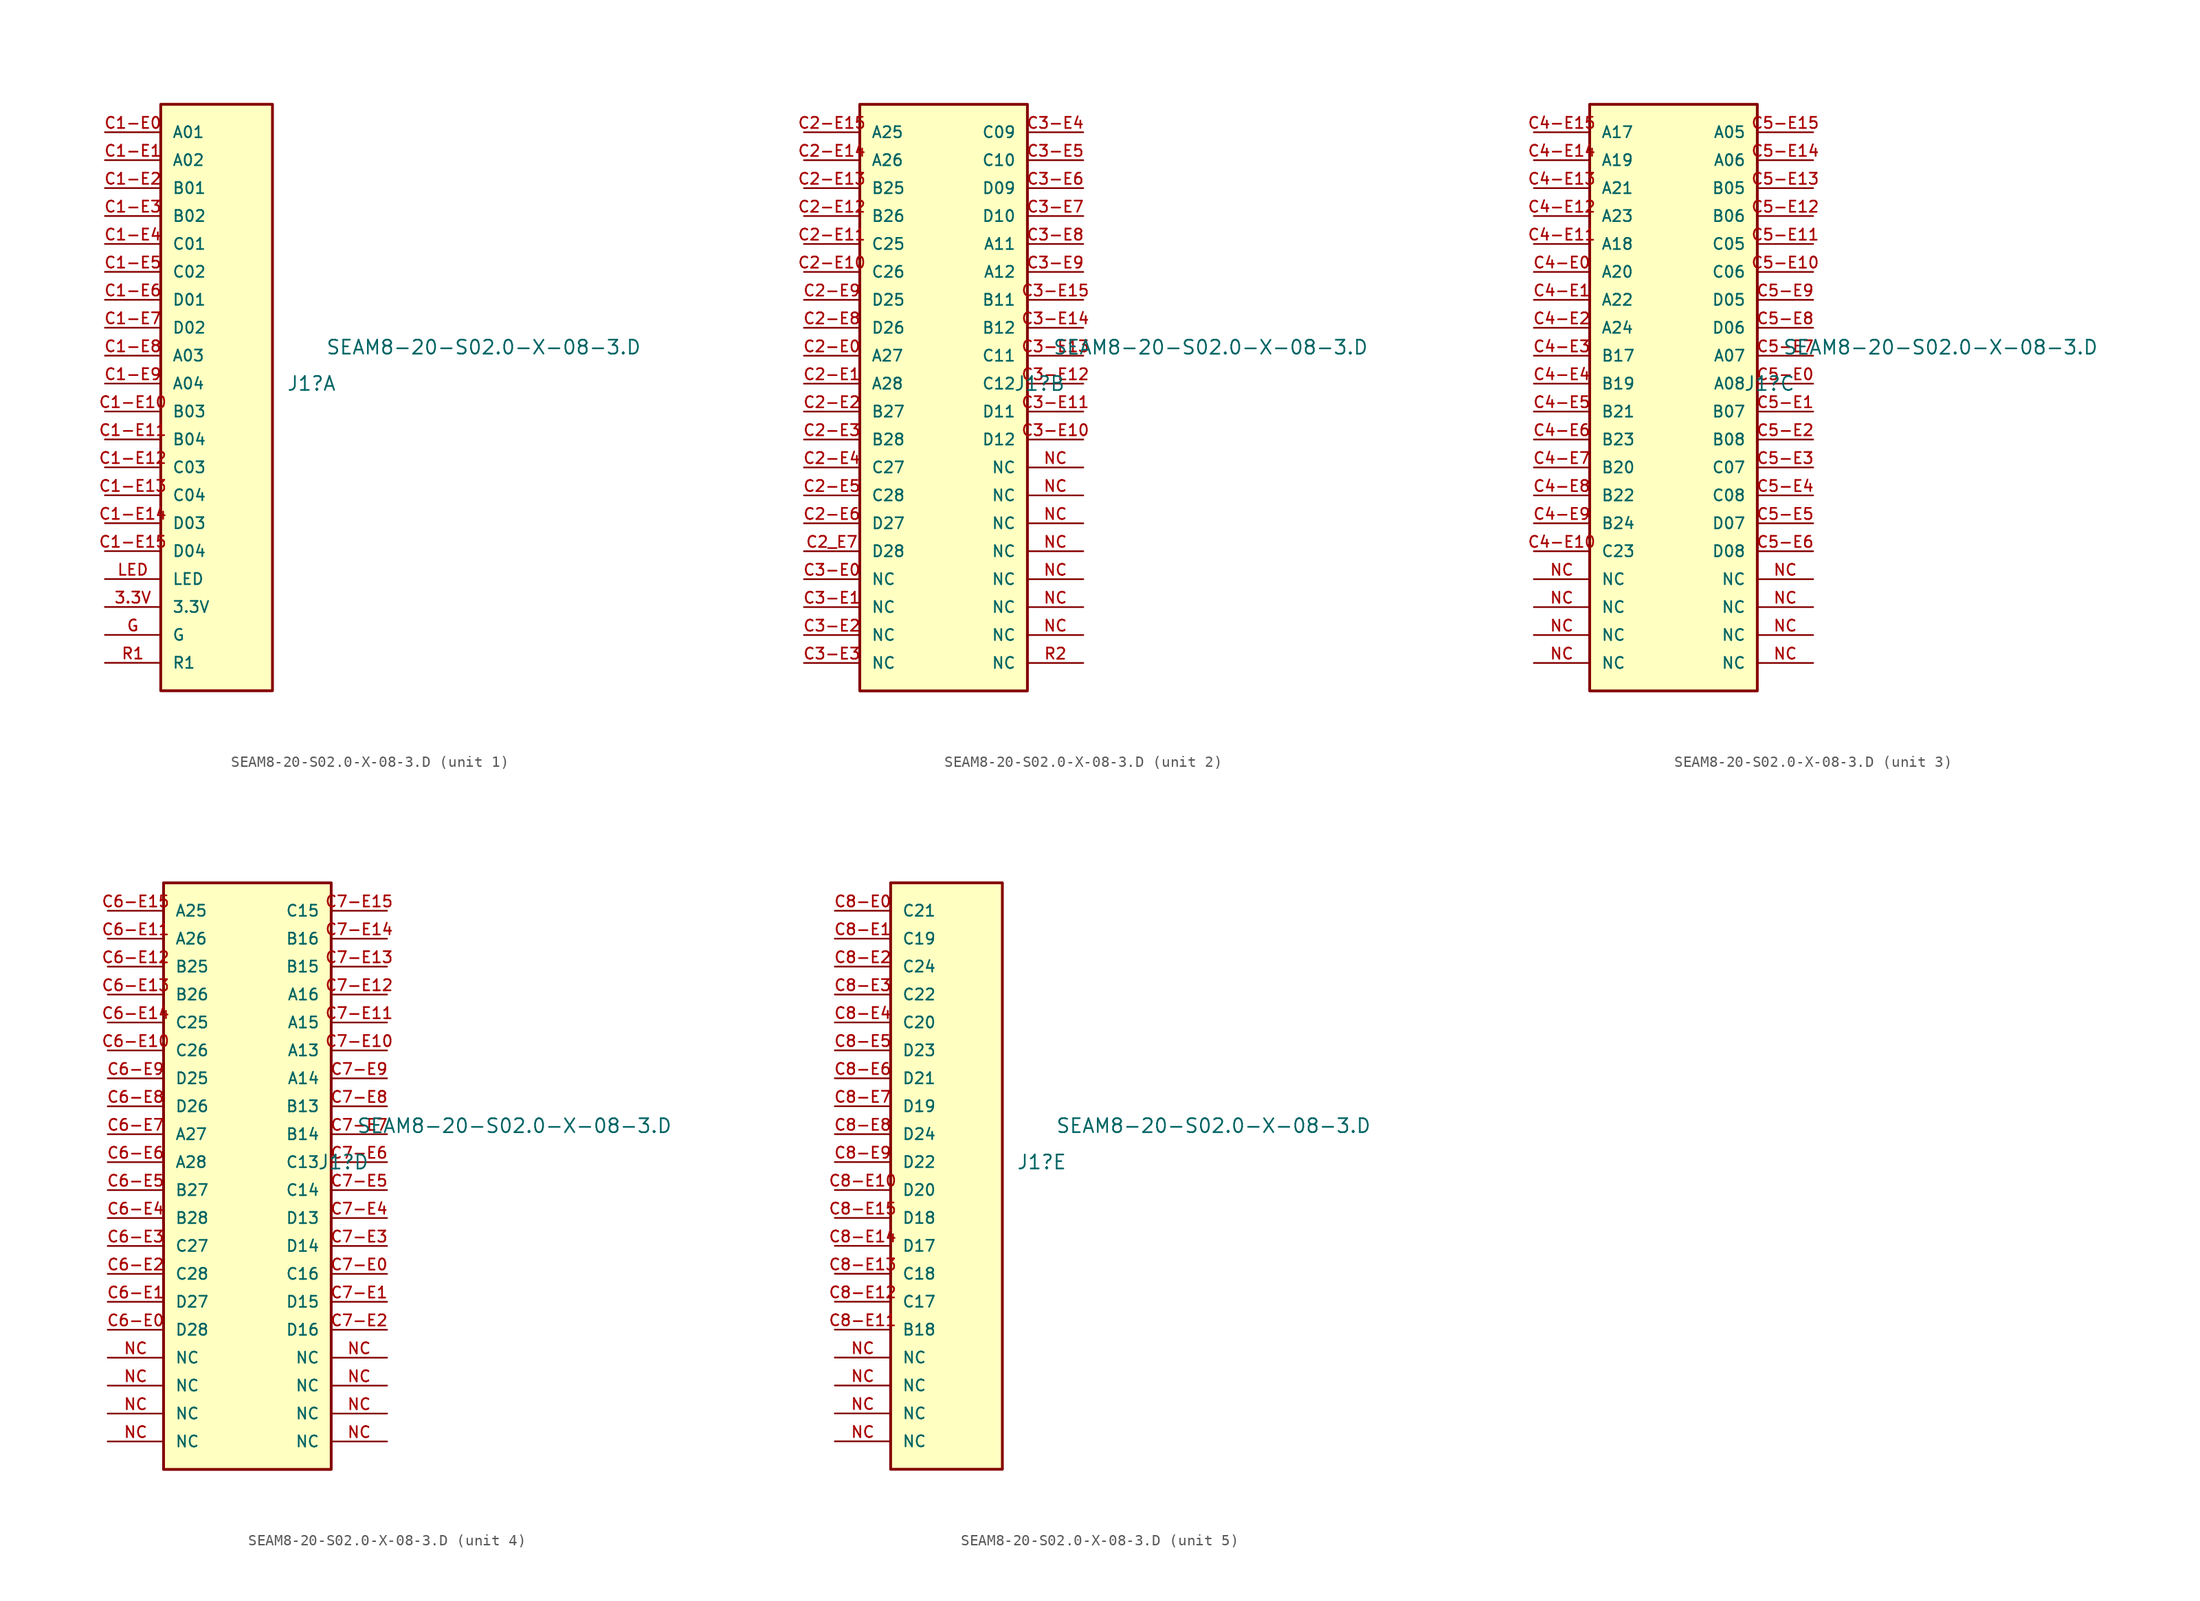
<source format=kicad_sym>
(kicad_symbol_lib
  (version 20241209)
  (generator "kicad_symbol_editor")
  (generator_version "9.0")
  (symbol "SEAM8-20-S02.0-X-08-3.D"
    (pin_names
      (offset 1.016))
    (property "Reference" "J1"
      (at 6.35 2.54 0)
      (effects (font (size 1.27 1.27)) (justify left)))
    (property "Value" "SEAM8-20-S02.0-X-08-3.D"
      (at 9.906 5.842 0)
      (effects (font (size 1.27 1.27)) (justify left)))
    (symbol "SEAM8-20-S02.0-X-08-3.D_1_0"
      (rectangle (start -5.08 27.94) (end 5.08 -25.4) (stroke (width 0.254) (type default)) (fill (type background)))
      (pin passive line (at -10.16 25.4 0) (length 5.08) (name "A01" (effects (font (size 1.016 1.016)))) (number "C1-E0" (effects (font (size 1.016 1.016)))))
      (pin passive line (at -10.16 22.86 0) (length 5.08) (name "A02" (effects (font (size 1.016 1.016)))) (number "C1-E1" (effects (font (size 1.016 1.016)))))
      (pin passive line (at -10.16 20.32 0) (length 5.08) (name "B01" (effects (font (size 1.016 1.016)))) (number "C1-E2" (effects (font (size 1.016 1.016)))))
      (pin passive line (at -10.16 17.78 0) (length 5.08) (name "B02" (effects (font (size 1.016 1.016)))) (number "C1-E3" (effects (font (size 1.016 1.016)))))
      (pin passive line (at -10.16 15.24 0) (length 5.08) (name "C01" (effects (font (size 1.016 1.016)))) (number "C1-E4" (effects (font (size 1.016 1.016)))))
      (pin passive line (at -10.16 12.7 0) (length 5.08) (name "C02" (effects (font (size 1.016 1.016)))) (number "C1-E5" (effects (font (size 1.016 1.016)))))
      (pin passive line (at -10.16 10.16 0) (length 5.08) (name "D01" (effects (font (size 1.016 1.016)))) (number "C1-E6" (effects (font (size 1.016 1.016)))))
      (pin passive line (at -10.16 7.62 0) (length 5.08) (name "D02" (effects (font (size 1.016 1.016)))) (number "C1-E7" (effects (font (size 1.016 1.016)))))
      (pin passive line (at -10.16 5.08 0) (length 5.08) (name "A03" (effects (font (size 1.016 1.016)))) (number "C1-E8" (effects (font (size 1.016 1.016)))))
      (pin passive line (at -10.16 2.54 0) (length 5.08) (name "A04" (effects (font (size 1.016 1.016)))) (number "C1-E9" (effects (font (size 1.016 1.016)))))
      (pin passive line (at -10.16 0 0) (length 5.08) (name "B03" (effects (font (size 1.016 1.016)))) (number "C1-E10" (effects (font (size 1.016 1.016)))))
      (pin passive line (at -10.16 -2.54 0) (length 5.08) (name "B04" (effects (font (size 1.016 1.016)))) (number "C1-E11" (effects (font (size 1.016 1.016)))))
      (pin passive line (at -10.16 -5.08 0) (length 5.08) (name "C03" (effects (font (size 1.016 1.016)))) (number "C1-E12" (effects (font (size 1.016 1.016)))))
      (pin passive line (at -10.16 -7.62 0) (length 5.08) (name "C04" (effects (font (size 1.016 1.016)))) (number "C1-E13" (effects (font (size 1.016 1.016)))))
      (pin passive line (at -10.16 -10.16 0) (length 5.08) (name "D03" (effects (font (size 1.016 1.016)))) (number "C1-E14" (effects (font (size 1.016 1.016)))))
      (pin passive line (at -10.16 -12.7 0) (length 5.08) (name "D04" (effects (font (size 1.016 1.016)))) (number "C1-E15" (effects (font (size 1.016 1.016)))))
      (pin passive line (at -10.16 -15.24 0) (length 5.08) (name "LED" (effects (font (size 1.016 1.016)))) (number "LED" (effects (font (size 1.016 1.016)))))
      (pin passive line (at -10.16 -17.78 0) (length 5.08) (name "3.3V" (effects (font (size 1.016 1.016)))) (number "3.3V" (effects (font (size 1.016 1.016)))))
      (pin passive line (at -10.16 -20.32 0) (length 5.08) (name "G" (effects (font (size 1.016 1.016)))) (number "G" (effects (font (size 1.016 1.016)))))
      (pin passive line (at -10.16 -22.86 0) (length 5.08) (name "R1" (effects (font (size 1.016 1.016)))) (number "R1" (effects (font (size 1.016 1.016))))))
    (symbol "SEAM8-20-S02.0-X-08-3.D_2_0"
      (rectangle (start -7.62 27.94) (end 7.62 -25.4) (stroke (width 0.254) (type default)) (fill (type background)))
      (pin passive line (at -12.7 25.4 0) (length 5.08) (name "A25" (effects (font (size 1.016 1.016)))) (number "C2-E15" (effects (font (size 1.016 1.016)))))
      (pin passive line (at -12.7 22.86 0) (length 5.08) (name "A26" (effects (font (size 1.016 1.016)))) (number "C2-E14" (effects (font (size 1.016 1.016)))))
      (pin passive line (at -12.7 20.32 0) (length 5.08) (name "B25" (effects (font (size 1.016 1.016)))) (number "C2-E13" (effects (font (size 1.016 1.016)))))
      (pin passive line (at -12.7 17.78 0) (length 5.08) (name "B26" (effects (font (size 1.016 1.016)))) (number "C2-E12" (effects (font (size 1.016 1.016)))))
      (pin passive line (at -12.7 15.24 0) (length 5.08) (name "C25" (effects (font (size 1.016 1.016)))) (number "C2-E11" (effects (font (size 1.016 1.016)))))
      (pin passive line (at -12.7 12.7 0) (length 5.08) (name "C26" (effects (font (size 1.016 1.016)))) (number "C2-E10" (effects (font (size 1.016 1.016)))))
      (pin passive line (at -12.7 10.16 0) (length 5.08) (name "D25" (effects (font (size 1.016 1.016)))) (number "C2-E9" (effects (font (size 1.016 1.016)))))
      (pin passive line (at -12.7 7.62 0) (length 5.08) (name "D26" (effects (font (size 1.016 1.016)))) (number "C2-E8" (effects (font (size 1.016 1.016)))))
      (pin passive line (at -12.7 5.08 0) (length 5.08) (name "A27" (effects (font (size 1.016 1.016)))) (number "C2-E0" (effects (font (size 1.016 1.016)))))
      (pin passive line (at -12.7 2.54 0) (length 5.08) (name "A28" (effects (font (size 1.016 1.016)))) (number "C2-E1" (effects (font (size 1.016 1.016)))))
      (pin passive line (at -12.7 0 0) (length 5.08) (name "B27" (effects (font (size 1.016 1.016)))) (number "C2-E2" (effects (font (size 1.016 1.016)))))
      (pin passive line (at -12.7 -2.54 0) (length 5.08) (name "B28" (effects (font (size 1.016 1.016)))) (number "C2-E3" (effects (font (size 1.016 1.016)))))
      (pin passive line (at -12.7 -5.08 0) (length 5.08) (name "C27" (effects (font (size 1.016 1.016)))) (number "C2-E4" (effects (font (size 1.016 1.016)))))
      (pin passive line (at -12.7 -7.62 0) (length 5.08) (name "C28" (effects (font (size 1.016 1.016)))) (number "C2-E5" (effects (font (size 1.016 1.016)))))
      (pin passive line (at -12.7 -10.16 0) (length 5.08) (name "D27" (effects (font (size 1.016 1.016)))) (number "C2-E6" (effects (font (size 1.016 1.016)))))
      (pin passive line (at -12.7 -12.7 0) (length 5.08) (name "D28" (effects (font (size 1.016 1.016)))) (number "C2_E7" (effects (font (size 1.016 1.016)))))
      (pin passive line (at -12.7 -15.24 0) (length 5.08) (name "NC" (effects (font (size 1.016 1.016)))) (number "C3-E0" (effects (font (size 1.016 1.016)))))
      (pin passive line (at -12.7 -17.78 0) (length 5.08) (name "NC" (effects (font (size 1.016 1.016)))) (number "C3-E1" (effects (font (size 1.016 1.016)))))
      (pin passive line (at -12.7 -20.32 0) (length 5.08) (name "NC" (effects (font (size 1.016 1.016)))) (number "C3-E2" (effects (font (size 1.016 1.016)))))
      (pin passive line (at -12.7 -22.86 0) (length 5.08) (name "NC" (effects (font (size 1.016 1.016)))) (number "C3-E3" (effects (font (size 1.016 1.016)))))
      (pin passive line (at 12.7 25.4 180) (length 5.08) (name "C09" (effects (font (size 1.016 1.016)))) (number "C3-E4" (effects (font (size 1.016 1.016)))))
      (pin passive line (at 12.7 22.86 180) (length 5.08) (name "C10" (effects (font (size 1.016 1.016)))) (number "C3-E5" (effects (font (size 1.016 1.016)))))
      (pin passive line (at 12.7 20.32 180) (length 5.08) (name "D09" (effects (font (size 1.016 1.016)))) (number "C3-E6" (effects (font (size 1.016 1.016)))))
      (pin passive line (at 12.7 17.78 180) (length 5.08) (name "D10" (effects (font (size 1.016 1.016)))) (number "C3-E7" (effects (font (size 1.016 1.016)))))
      (pin passive line (at 12.7 15.24 180) (length 5.08) (name "A11" (effects (font (size 1.016 1.016)))) (number "C3-E8" (effects (font (size 1.016 1.016)))))
      (pin passive line (at 12.7 12.7 180) (length 5.08) (name "A12" (effects (font (size 1.016 1.016)))) (number "C3-E9" (effects (font (size 1.016 1.016)))))
      (pin passive line (at 12.7 10.16 180) (length 5.08) (name "B11" (effects (font (size 1.016 1.016)))) (number "C3-E15" (effects (font (size 1.016 1.016)))))
      (pin passive line (at 12.7 7.62 180) (length 5.08) (name "B12" (effects (font (size 1.016 1.016)))) (number "C3-E14" (effects (font (size 1.016 1.016)))))
      (pin passive line (at 12.7 5.08 180) (length 5.08) (name "C11" (effects (font (size 1.016 1.016)))) (number "C3-E13" (effects (font (size 1.016 1.016)))))
      (pin passive line (at 12.7 2.54 180) (length 5.08) (name "C12" (effects (font (size 1.016 1.016)))) (number "C3-E12" (effects (font (size 1.016 1.016)))))
      (pin passive line (at 12.7 0 180) (length 5.08) (name "D11" (effects (font (size 1.016 1.016)))) (number "C3-E11" (effects (font (size 1.016 1.016)))))
      (pin passive line (at 12.7 -2.54 180) (length 5.08) (name "D12" (effects (font (size 1.016 1.016)))) (number "C3-E10" (effects (font (size 1.016 1.016)))))
      (pin passive line (at 12.7 -5.08 180) (length 5.08) (name "NC" (effects (font (size 1.016 1.016)))) (number "NC" (effects (font (size 1.016 1.016)))))
      (pin passive line (at 12.7 -7.62 180) (length 5.08) (name "NC" (effects (font (size 1.016 1.016)))) (number "NC" (effects (font (size 1.016 1.016)))))
      (pin passive line (at 12.7 -10.16 180) (length 5.08) (name "NC" (effects (font (size 1.016 1.016)))) (number "NC" (effects (font (size 1.016 1.016)))))
      (pin passive line (at 12.7 -12.7 180) (length 5.08) (name "NC" (effects (font (size 1.016 1.016)))) (number "NC" (effects (font (size 1.016 1.016)))))
      (pin passive line (at 12.7 -15.24 180) (length 5.08) (name "NC" (effects (font (size 1.016 1.016)))) (number "NC" (effects (font (size 1.016 1.016)))))
      (pin passive line (at 12.7 -17.78 180) (length 5.08) (name "NC" (effects (font (size 1.016 1.016)))) (number "NC" (effects (font (size 1.016 1.016)))))
      (pin passive line (at 12.7 -20.32 180) (length 5.08) (name "NC" (effects (font (size 1.016 1.016)))) (number "NC" (effects (font (size 1.016 1.016)))))
      (pin passive line (at 12.7 -22.86 180) (length 5.08) (name "NC" (effects (font (size 1.016 1.016)))) (number "R2" (effects (font (size 1.016 1.016))))))
    (symbol "SEAM8-20-S02.0-X-08-3.D_3_0"
      (rectangle (start -7.62 27.94) (end 7.62 -25.4) (stroke (width 0.254) (type default)) (fill (type background)))
      (pin passive line (at -12.7 25.4 0) (length 5.08) (name "A17" (effects (font (size 1.016 1.016)))) (number "C4-E15" (effects (font (size 1.016 1.016)))))
      (pin passive line (at -12.7 22.86 0) (length 5.08) (name "A19" (effects (font (size 1.016 1.016)))) (number "C4-E14" (effects (font (size 1.016 1.016)))))
      (pin passive line (at -12.7 20.32 0) (length 5.08) (name "A21" (effects (font (size 1.016 1.016)))) (number "C4-E13" (effects (font (size 1.016 1.016)))))
      (pin passive line (at -12.7 17.78 0) (length 5.08) (name "A23" (effects (font (size 1.016 1.016)))) (number "C4-E12" (effects (font (size 1.016 1.016)))))
      (pin passive line (at -12.7 15.24 0) (length 5.08) (name "A18" (effects (font (size 1.016 1.016)))) (number "C4-E11" (effects (font (size 1.016 1.016)))))
      (pin passive line (at -12.7 12.7 0) (length 5.08) (name "A20" (effects (font (size 1.016 1.016)))) (number "C4-E0" (effects (font (size 1.016 1.016)))))
      (pin passive line (at -12.7 10.16 0) (length 5.08) (name "A22" (effects (font (size 1.016 1.016)))) (number "C4-E1" (effects (font (size 1.016 1.016)))))
      (pin passive line (at -12.7 7.62 0) (length 5.08) (name "A24" (effects (font (size 1.016 1.016)))) (number "C4-E2" (effects (font (size 1.016 1.016)))))
      (pin passive line (at -12.7 5.08 0) (length 5.08) (name "B17" (effects (font (size 1.016 1.016)))) (number "C4-E3" (effects (font (size 1.016 1.016)))))
      (pin passive line (at -12.7 2.54 0) (length 5.08) (name "B19" (effects (font (size 1.016 1.016)))) (number "C4-E4" (effects (font (size 1.016 1.016)))))
      (pin passive line (at -12.7 0 0) (length 5.08) (name "B21" (effects (font (size 1.016 1.016)))) (number "C4-E5" (effects (font (size 1.016 1.016)))))
      (pin passive line (at -12.7 -2.54 0) (length 5.08) (name "B23" (effects (font (size 1.016 1.016)))) (number "C4-E6" (effects (font (size 1.016 1.016)))))
      (pin passive line (at -12.7 -5.08 0) (length 5.08) (name "B20" (effects (font (size 1.016 1.016)))) (number "C4-E7" (effects (font (size 1.016 1.016)))))
      (pin passive line (at -12.7 -7.62 0) (length 5.08) (name "B22" (effects (font (size 1.016 1.016)))) (number "C4-E8" (effects (font (size 1.016 1.016)))))
      (pin passive line (at -12.7 -10.16 0) (length 5.08) (name "B24" (effects (font (size 1.016 1.016)))) (number "C4-E9" (effects (font (size 1.016 1.016)))))
      (pin passive line (at -12.7 -12.7 0) (length 5.08) (name "C23" (effects (font (size 1.016 1.016)))) (number "C4-E10" (effects (font (size 1.016 1.016)))))
      (pin passive line (at -12.7 -15.24 0) (length 5.08) (name "NC" (effects (font (size 1.016 1.016)))) (number "NC" (effects (font (size 1.016 1.016)))))
      (pin passive line (at -12.7 -17.78 0) (length 5.08) (name "NC" (effects (font (size 1.016 1.016)))) (number "NC" (effects (font (size 1.016 1.016)))))
      (pin passive line (at -12.7 -20.32 0) (length 5.08) (name "NC" (effects (font (size 1.016 1.016)))) (number "NC" (effects (font (size 1.016 1.016)))))
      (pin passive line (at -12.7 -22.86 0) (length 5.08) (name "NC" (effects (font (size 1.016 1.016)))) (number "NC" (effects (font (size 1.016 1.016)))))
      (pin passive line (at 12.7 25.4 180) (length 5.08) (name "A05" (effects (font (size 1.016 1.016)))) (number "C5-E15" (effects (font (size 1.016 1.016)))))
      (pin passive line (at 12.7 22.86 180) (length 5.08) (name "A06" (effects (font (size 1.016 1.016)))) (number "C5-E14" (effects (font (size 1.016 1.016)))))
      (pin passive line (at 12.7 20.32 180) (length 5.08) (name "B05" (effects (font (size 1.016 1.016)))) (number "C5-E13" (effects (font (size 1.016 1.016)))))
      (pin passive line (at 12.7 17.78 180) (length 5.08) (name "B06" (effects (font (size 1.016 1.016)))) (number "C5-E12" (effects (font (size 1.016 1.016)))))
      (pin passive line (at 12.7 15.24 180) (length 5.08) (name "C05" (effects (font (size 1.016 1.016)))) (number "C5-E11" (effects (font (size 1.016 1.016)))))
      (pin passive line (at 12.7 12.7 180) (length 5.08) (name "C06" (effects (font (size 1.016 1.016)))) (number "C5-E10" (effects (font (size 1.016 1.016)))))
      (pin passive line (at 12.7 10.16 180) (length 5.08) (name "D05" (effects (font (size 1.016 1.016)))) (number "C5-E9" (effects (font (size 1.016 1.016)))))
      (pin passive line (at 12.7 7.62 180) (length 5.08) (name "D06" (effects (font (size 1.016 1.016)))) (number "C5-E8" (effects (font (size 1.016 1.016)))))
      (pin passive line (at 12.7 5.08 180) (length 5.08) (name "A07" (effects (font (size 1.016 1.016)))) (number "C5-E7" (effects (font (size 1.016 1.016)))))
      (pin passive line (at 12.7 2.54 180) (length 5.08) (name "A08" (effects (font (size 1.016 1.016)))) (number "C5-E0" (effects (font (size 1.016 1.016)))))
      (pin passive line (at 12.7 0 180) (length 5.08) (name "B07" (effects (font (size 1.016 1.016)))) (number "C5-E1" (effects (font (size 1.016 1.016)))))
      (pin passive line (at 12.7 -2.54 180) (length 5.08) (name "B08" (effects (font (size 1.016 1.016)))) (number "C5-E2" (effects (font (size 1.016 1.016)))))
      (pin passive line (at 12.7 -5.08 180) (length 5.08) (name "C07" (effects (font (size 1.016 1.016)))) (number "C5-E3" (effects (font (size 1.016 1.016)))))
      (pin passive line (at 12.7 -7.62 180) (length 5.08) (name "C08" (effects (font (size 1.016 1.016)))) (number "C5-E4" (effects (font (size 1.016 1.016)))))
      (pin passive line (at 12.7 -10.16 180) (length 5.08) (name "D07" (effects (font (size 1.016 1.016)))) (number "C5-E5" (effects (font (size 1.016 1.016)))))
      (pin passive line (at 12.7 -12.7 180) (length 5.08) (name "D08" (effects (font (size 1.016 1.016)))) (number "C5-E6" (effects (font (size 1.016 1.016)))))
      (pin passive line (at 12.7 -15.24 180) (length 5.08) (name "NC" (effects (font (size 1.016 1.016)))) (number "NC" (effects (font (size 1.016 1.016)))))
      (pin passive line (at 12.7 -17.78 180) (length 5.08) (name "NC" (effects (font (size 1.016 1.016)))) (number "NC" (effects (font (size 1.016 1.016)))))
      (pin passive line (at 12.7 -20.32 180) (length 5.08) (name "NC" (effects (font (size 1.016 1.016)))) (number "NC" (effects (font (size 1.016 1.016)))))
      (pin passive line (at 12.7 -22.86 180) (length 5.08) (name "NC" (effects (font (size 1.016 1.016)))) (number "NC" (effects (font (size 1.016 1.016))))))
    (symbol "SEAM8-20-S02.0-X-08-3.D_4_0"
      (rectangle (start -7.62 27.94) (end 7.62 -25.4) (stroke (width 0.254) (type default)) (fill (type background)))
      (pin passive line (at -12.7 25.4 0) (length 5.08) (name "A25" (effects (font (size 1.016 1.016)))) (number "C6-E15" (effects (font (size 1.016 1.016)))))
      (pin passive line (at -12.7 22.86 0) (length 5.08) (name "A26" (effects (font (size 1.016 1.016)))) (number "C6-E11" (effects (font (size 1.016 1.016)))))
      (pin passive line (at -12.7 20.32 0) (length 5.08) (name "B25" (effects (font (size 1.016 1.016)))) (number "C6-E12" (effects (font (size 1.016 1.016)))))
      (pin passive line (at -12.7 17.78 0) (length 5.08) (name "B26" (effects (font (size 1.016 1.016)))) (number "C6-E13" (effects (font (size 1.016 1.016)))))
      (pin passive line (at -12.7 15.24 0) (length 5.08) (name "C25" (effects (font (size 1.016 1.016)))) (number "C6-E14" (effects (font (size 1.016 1.016)))))
      (pin passive line (at -12.7 12.7 0) (length 5.08) (name "C26" (effects (font (size 1.016 1.016)))) (number "C6-E10" (effects (font (size 1.016 1.016)))))
      (pin passive line (at -12.7 10.16 0) (length 5.08) (name "D25" (effects (font (size 1.016 1.016)))) (number "C6-E9" (effects (font (size 1.016 1.016)))))
      (pin passive line (at -12.7 7.62 0) (length 5.08) (name "D26" (effects (font (size 1.016 1.016)))) (number "C6-E8" (effects (font (size 1.016 1.016)))))
      (pin passive line (at -12.7 5.08 0) (length 5.08) (name "A27" (effects (font (size 1.016 1.016)))) (number "C6-E7" (effects (font (size 1.016 1.016)))))
      (pin passive line (at -12.7 2.54 0) (length 5.08) (name "A28" (effects (font (size 1.016 1.016)))) (number "C6-E6" (effects (font (size 1.016 1.016)))))
      (pin passive line (at -12.7 0 0) (length 5.08) (name "B27" (effects (font (size 1.016 1.016)))) (number "C6-E5" (effects (font (size 1.016 1.016)))))
      (pin passive line (at -12.7 -2.54 0) (length 5.08) (name "B28" (effects (font (size 1.016 1.016)))) (number "C6-E4" (effects (font (size 1.016 1.016)))))
      (pin passive line (at -12.7 -5.08 0) (length 5.08) (name "C27" (effects (font (size 1.016 1.016)))) (number "C6-E3" (effects (font (size 1.016 1.016)))))
      (pin passive line (at -12.7 -7.62 0) (length 5.08) (name "C28" (effects (font (size 1.016 1.016)))) (number "C6-E2" (effects (font (size 1.016 1.016)))))
      (pin passive line (at -12.7 -10.16 0) (length 5.08) (name "D27" (effects (font (size 1.016 1.016)))) (number "C6-E1" (effects (font (size 1.016 1.016)))))
      (pin passive line (at -12.7 -12.7 0) (length 5.08) (name "D28" (effects (font (size 1.016 1.016)))) (number "C6-E0" (effects (font (size 1.016 1.016)))))
      (pin passive line (at -12.7 -15.24 0) (length 5.08) (name "NC" (effects (font (size 1.016 1.016)))) (number "NC" (effects (font (size 1.016 1.016)))))
      (pin passive line (at -12.7 -17.78 0) (length 5.08) (name "NC" (effects (font (size 1.016 1.016)))) (number "NC" (effects (font (size 1.016 1.016)))))
      (pin passive line (at -12.7 -20.32 0) (length 5.08) (name "NC" (effects (font (size 1.016 1.016)))) (number "NC" (effects (font (size 1.016 1.016)))))
      (pin passive line (at -12.7 -22.86 0) (length 5.08) (name "NC" (effects (font (size 1.016 1.016)))) (number "NC" (effects (font (size 1.016 1.016)))))
      (pin passive line (at 12.7 25.4 180) (length 5.08) (name "C15" (effects (font (size 1.016 1.016)))) (number "C7-E15" (effects (font (size 1.016 1.016)))))
      (pin passive line (at 12.7 22.86 180) (length 5.08) (name "B16" (effects (font (size 1.016 1.016)))) (number "C7-E14" (effects (font (size 1.016 1.016)))))
      (pin passive line (at 12.7 20.32 180) (length 5.08) (name "B15" (effects (font (size 1.016 1.016)))) (number "C7-E13" (effects (font (size 1.016 1.016)))))
      (pin passive line (at 12.7 17.78 180) (length 5.08) (name "A16" (effects (font (size 1.016 1.016)))) (number "C7-E12" (effects (font (size 1.016 1.016)))))
      (pin passive line (at 12.7 15.24 180) (length 5.08) (name "A15" (effects (font (size 1.016 1.016)))) (number "C7-E11" (effects (font (size 1.016 1.016)))))
      (pin passive line (at 12.7 12.7 180) (length 5.08) (name "A13" (effects (font (size 1.016 1.016)))) (number "C7-E10" (effects (font (size 1.016 1.016)))))
      (pin passive line (at 12.7 10.16 180) (length 5.08) (name "A14" (effects (font (size 1.016 1.016)))) (number "C7-E9" (effects (font (size 1.016 1.016)))))
      (pin passive line (at 12.7 7.62 180) (length 5.08) (name "B13" (effects (font (size 1.016 1.016)))) (number "C7-E8" (effects (font (size 1.016 1.016)))))
      (pin passive line (at 12.7 5.08 180) (length 5.08) (name "B14" (effects (font (size 1.016 1.016)))) (number "C7-E7" (effects (font (size 1.016 1.016)))))
      (pin passive line (at 12.7 2.54 180) (length 5.08) (name "C13" (effects (font (size 1.016 1.016)))) (number "C7-E6" (effects (font (size 1.016 1.016)))))
      (pin passive line (at 12.7 0 180) (length 5.08) (name "C14" (effects (font (size 1.016 1.016)))) (number "C7-E5" (effects (font (size 1.016 1.016)))))
      (pin passive line (at 12.7 -2.54 180) (length 5.08) (name "D13" (effects (font (size 1.016 1.016)))) (number "C7-E4" (effects (font (size 1.016 1.016)))))
      (pin passive line (at 12.7 -5.08 180) (length 5.08) (name "D14" (effects (font (size 1.016 1.016)))) (number "C7-E3" (effects (font (size 1.016 1.016)))))
      (pin passive line (at 12.7 -7.62 180) (length 5.08) (name "C16" (effects (font (size 1.016 1.016)))) (number "C7-E0" (effects (font (size 1.016 1.016)))))
      (pin passive line (at 12.7 -10.16 180) (length 5.08) (name "D15" (effects (font (size 1.016 1.016)))) (number "C7-E1" (effects (font (size 1.016 1.016)))))
      (pin passive line (at 12.7 -12.7 180) (length 5.08) (name "D16" (effects (font (size 1.016 1.016)))) (number "C7-E2" (effects (font (size 1.016 1.016)))))
      (pin passive line (at 12.7 -15.24 180) (length 5.08) (name "NC" (effects (font (size 1.016 1.016)))) (number "NC" (effects (font (size 1.016 1.016)))))
      (pin passive line (at 12.7 -17.78 180) (length 5.08) (name "NC" (effects (font (size 1.016 1.016)))) (number "NC" (effects (font (size 1.016 1.016)))))
      (pin passive line (at 12.7 -20.32 180) (length 5.08) (name "NC" (effects (font (size 1.016 1.016)))) (number "NC" (effects (font (size 1.016 1.016)))))
      (pin passive line (at 12.7 -22.86 180) (length 5.08) (name "NC" (effects (font (size 1.016 1.016)))) (number "NC" (effects (font (size 1.016 1.016))))))
    (symbol "SEAM8-20-S02.0-X-08-3.D_5_0"
      (rectangle (start -5.08 -25.4) (end 5.08 27.94) (stroke (width 0.254) (type default)) (fill (type background)))
      (pin passive line (at -10.16 25.4 0) (length 5.08) (name "C21" (effects (font (size 1.016 1.016)))) (number "C8-E0" (effects (font (size 1.016 1.016)))))
      (pin passive line (at -10.16 22.86 0) (length 5.08) (name "C19" (effects (font (size 1.016 1.016)))) (number "C8-E1" (effects (font (size 1.016 1.016)))))
      (pin passive line (at -10.16 20.32 0) (length 5.08) (name "C24" (effects (font (size 1.016 1.016)))) (number "C8-E2" (effects (font (size 1.016 1.016)))))
      (pin passive line (at -10.16 17.78 0) (length 5.08) (name "C22" (effects (font (size 1.016 1.016)))) (number "C8-E3" (effects (font (size 1.016 1.016)))))
      (pin passive line (at -10.16 15.24 0) (length 5.08) (name "C20" (effects (font (size 1.016 1.016)))) (number "C8-E4" (effects (font (size 1.016 1.016)))))
      (pin passive line (at -10.16 12.7 0) (length 5.08) (name "D23" (effects (font (size 1.016 1.016)))) (number "C8-E5" (effects (font (size 1.016 1.016)))))
      (pin passive line (at -10.16 10.16 0) (length 5.08) (name "D21" (effects (font (size 1.016 1.016)))) (number "C8-E6" (effects (font (size 1.016 1.016)))))
      (pin passive line (at -10.16 7.62 0) (length 5.08) (name "D19" (effects (font (size 1.016 1.016)))) (number "C8-E7" (effects (font (size 1.016 1.016)))))
      (pin passive line (at -10.16 5.08 0) (length 5.08) (name "D24" (effects (font (size 1.016 1.016)))) (number "C8-E8" (effects (font (size 1.016 1.016)))))
      (pin passive line (at -10.16 2.54 0) (length 5.08) (name "D22" (effects (font (size 1.016 1.016)))) (number "C8-E9" (effects (font (size 1.016 1.016)))))
      (pin passive line (at -10.16 0 0) (length 5.08) (name "D20" (effects (font (size 1.016 1.016)))) (number "C8-E10" (effects (font (size 1.016 1.016)))))
      (pin passive line (at -10.16 -2.54 0) (length 5.08) (name "D18" (effects (font (size 1.016 1.016)))) (number "C8-E15" (effects (font (size 1.016 1.016)))))
      (pin passive line (at -10.16 -5.08 0) (length 5.08) (name "D17" (effects (font (size 1.016 1.016)))) (number "C8-E14" (effects (font (size 1.016 1.016)))))
      (pin passive line (at -10.16 -7.62 0) (length 5.08) (name "C18" (effects (font (size 1.016 1.016)))) (number "C8-E13" (effects (font (size 1.016 1.016)))))
      (pin passive line (at -10.16 -10.16 0) (length 5.08) (name "C17" (effects (font (size 1.016 1.016)))) (number "C8-E12" (effects (font (size 1.016 1.016)))))
      (pin passive line (at -10.16 -12.7 0) (length 5.08) (name "B18" (effects (font (size 1.016 1.016)))) (number "C8-E11" (effects (font (size 1.016 1.016)))))
      (pin passive line (at -10.16 -15.24 0) (length 5.08) (name "NC" (effects (font (size 1.016 1.016)))) (number "NC" (effects (font (size 1.016 1.016)))))
      (pin passive line (at -10.16 -17.78 0) (length 5.08) (name "NC" (effects (font (size 1.016 1.016)))) (number "NC" (effects (font (size 1.016 1.016)))))
      (pin passive line (at -10.16 -20.32 0) (length 5.08) (name "NC" (effects (font (size 1.016 1.016)))) (number "NC" (effects (font (size 1.016 1.016)))))
      (pin passive line (at -10.16 -22.86 0) (length 5.08) (name "NC" (effects (font (size 1.016 1.016)))) (number "NC" (effects (font (size 1.016 1.016))))))))
</source>
